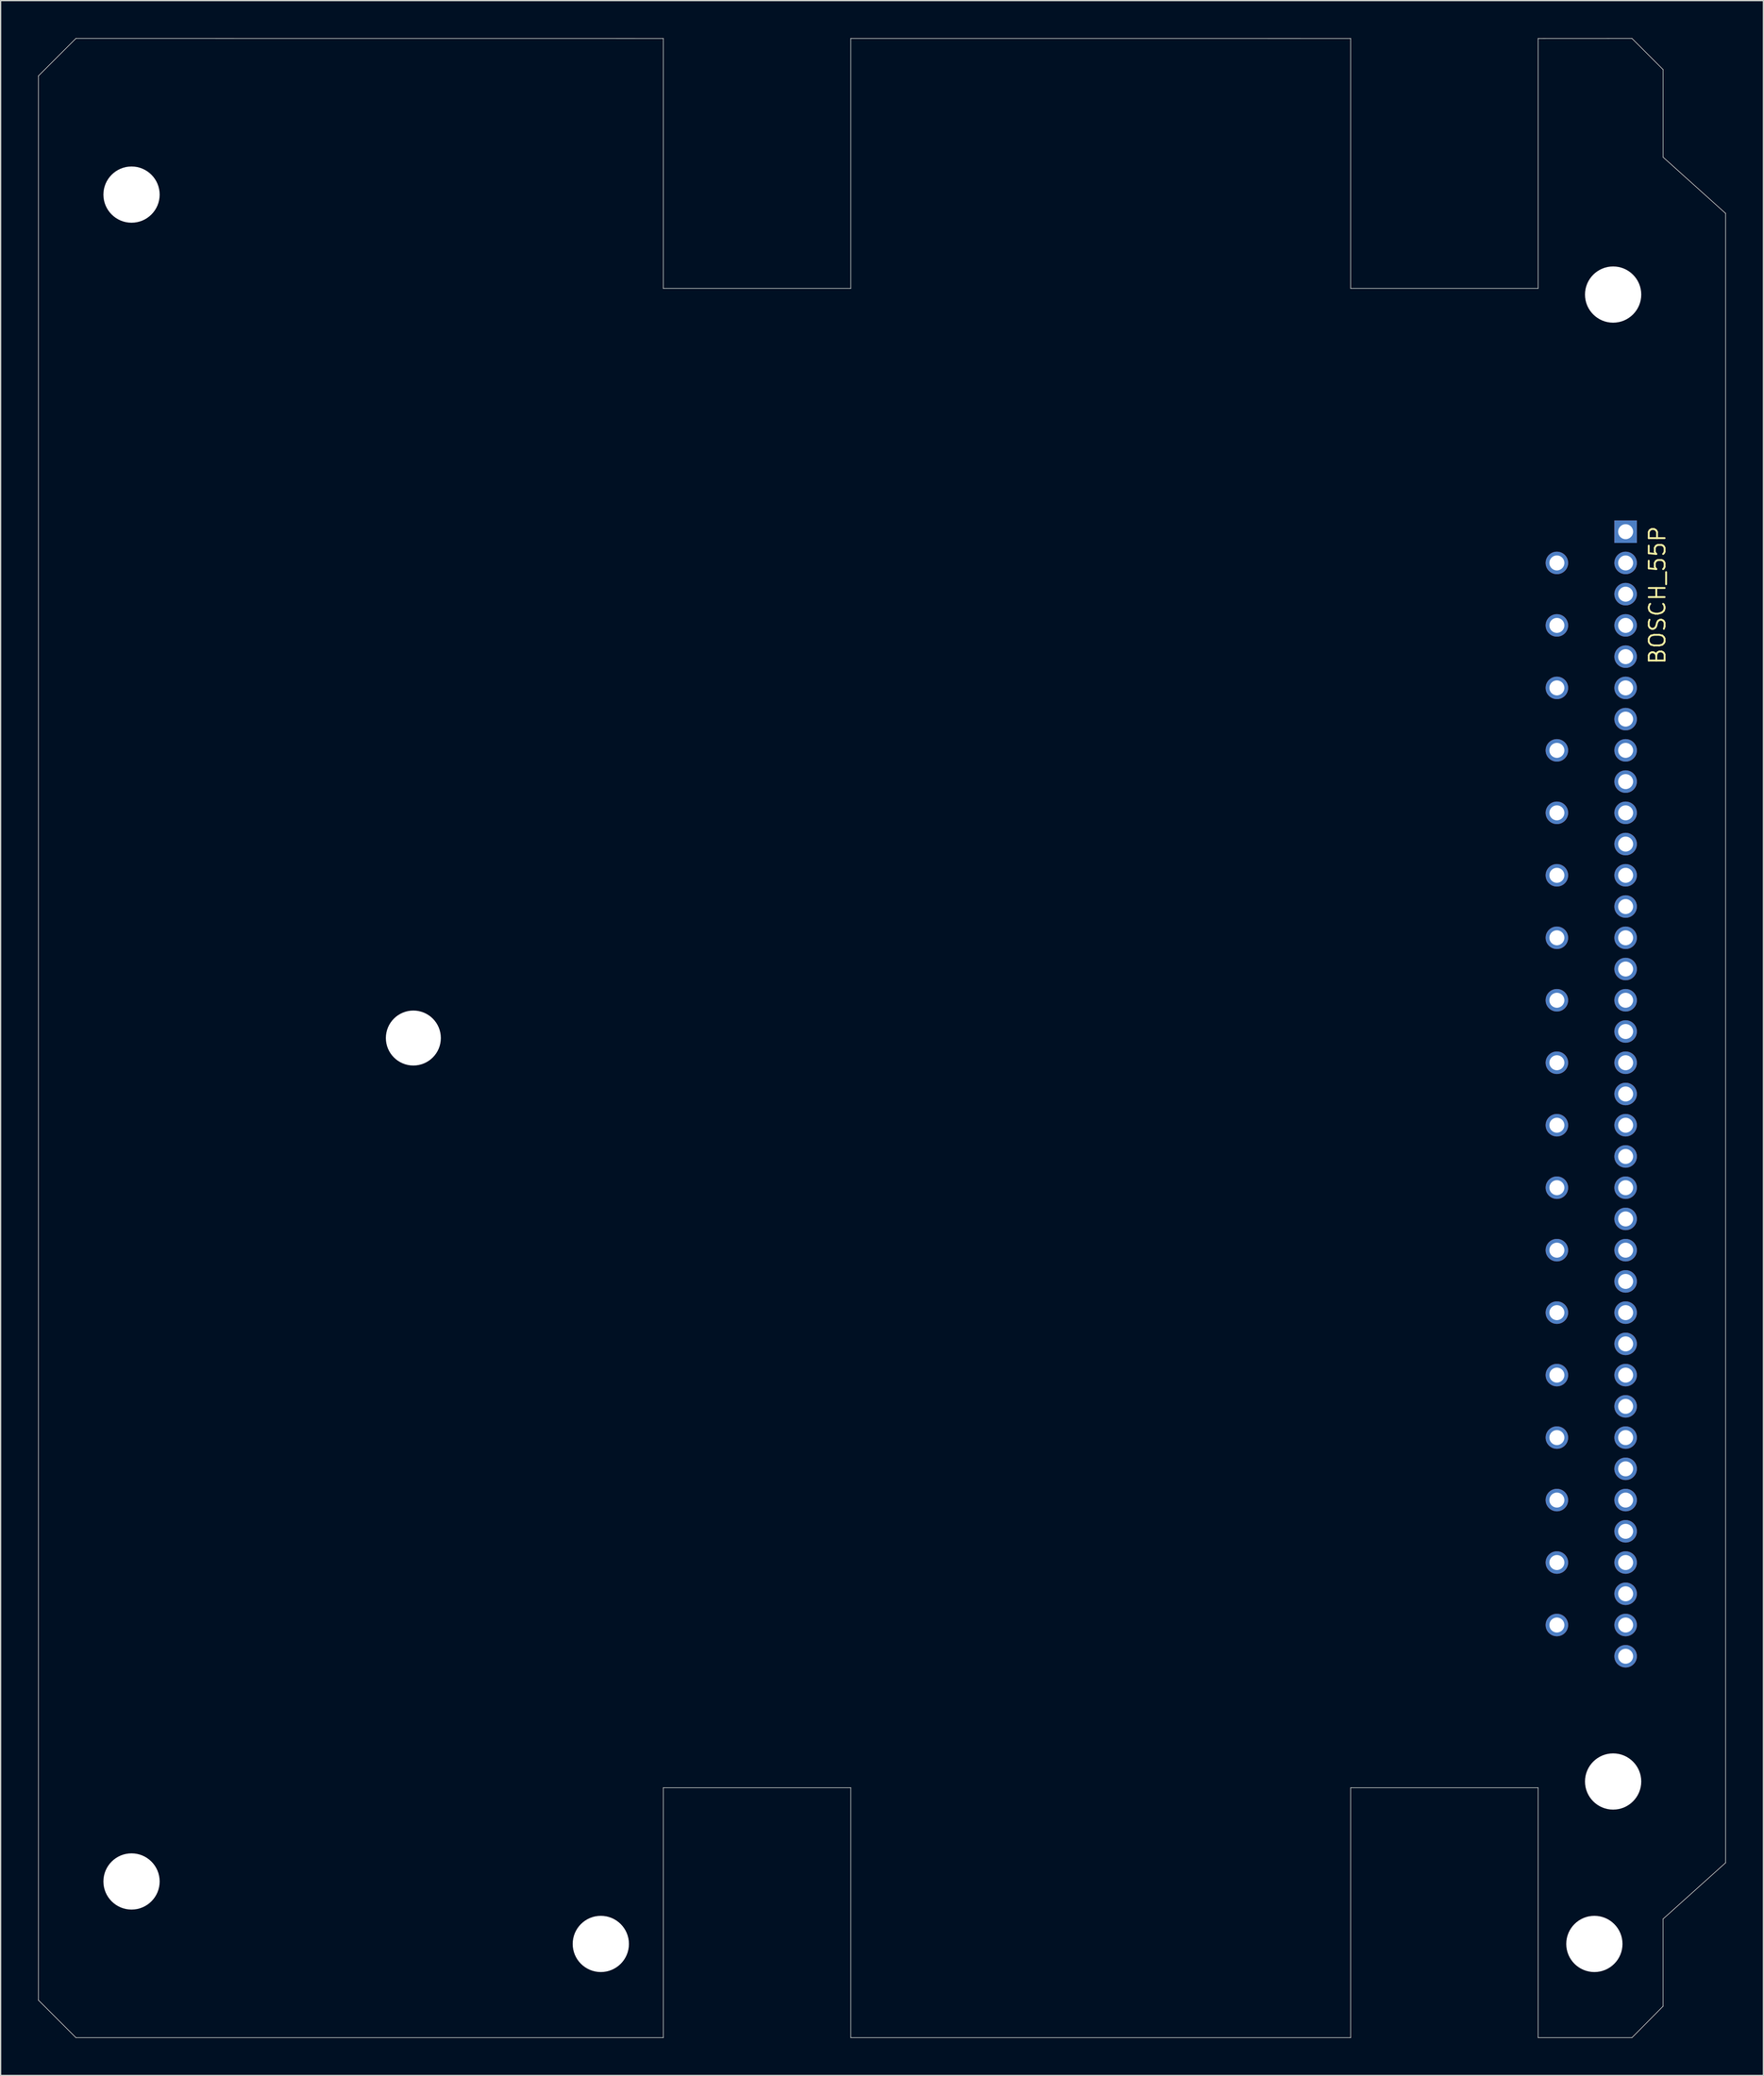
<source format=kicad_pcb>
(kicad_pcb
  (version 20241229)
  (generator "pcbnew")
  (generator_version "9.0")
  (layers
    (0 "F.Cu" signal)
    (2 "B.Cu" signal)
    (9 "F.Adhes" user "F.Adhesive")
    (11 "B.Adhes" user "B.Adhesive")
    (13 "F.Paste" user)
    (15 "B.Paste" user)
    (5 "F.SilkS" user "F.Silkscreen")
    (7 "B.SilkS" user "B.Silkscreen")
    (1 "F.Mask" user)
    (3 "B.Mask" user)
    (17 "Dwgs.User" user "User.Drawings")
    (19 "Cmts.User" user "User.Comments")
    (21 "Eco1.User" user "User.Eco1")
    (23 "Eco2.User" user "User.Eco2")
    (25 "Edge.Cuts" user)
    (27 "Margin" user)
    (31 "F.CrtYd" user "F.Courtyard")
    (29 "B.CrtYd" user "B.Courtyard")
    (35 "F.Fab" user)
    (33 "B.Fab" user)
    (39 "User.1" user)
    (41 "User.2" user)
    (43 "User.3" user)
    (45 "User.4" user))
  (footprint "BOSCH_55P"
    (layer "F.Cu")
    (at 127.025 39.502)
    (property "Reference" "BOSCH_55P" (at 2.54 5.08 90) (layer "F.SilkS") (effects (font (size 1.27 1.27) (thickness 0.15))))
    (attr through_hole)
    (fp_line (start -127 -36.477) (end -127 117.523) (stroke (width 0.05) (type solid)) (layer "Edge.Cuts"))
    (fp_line (start -127 -36.477) (end -124 -39.477) (stroke (width 0.05) (type solid)) (layer "Edge.Cuts"))
    (fp_line (start -127 117.523) (end -124 120.523) (stroke (width 0.05) (type solid)) (layer "Edge.Cuts"))
    (fp_line (start -124 -39.477) (end -77 -39.473) (stroke (width 0.05) (type solid)) (layer "Edge.Cuts"))
    (fp_line (start -124 120.523) (end -77 120.523) (stroke (width 0.05) (type solid)) (layer "Edge.Cuts"))
    (fp_line (start -77 -39.473) (end -77 -19.473) (stroke (width 0.05) (type solid)) (layer "Edge.Cuts"))
    (fp_line (start -77 100.523) (end -62 100.523) (stroke (width 0.05) (type solid)) (layer "Edge.Cuts"))
    (fp_line (start -77 120.523) (end -77 100.523) (stroke (width 0.05) (type solid)) (layer "Edge.Cuts"))
    (fp_line (start -62 -39.475) (end -22 -39.473) (stroke (width 0.05) (type solid)) (layer "Edge.Cuts"))
    (fp_line (start -62 -39.473) (end -62 -19.473) (stroke (width 0.05) (type solid)) (layer "Edge.Cuts"))
    (fp_line (start -62 -19.473) (end -77 -19.473) (stroke (width 0.05) (type solid)) (layer "Edge.Cuts"))
    (fp_line (start -62 120.523) (end -62 100.523) (stroke (width 0.05) (type solid)) (layer "Edge.Cuts"))
    (fp_line (start -62 120.523) (end -22 120.523) (stroke (width 0.05) (type solid)) (layer "Edge.Cuts"))
    (fp_line (start -22 -39.473) (end -22 -19.473) (stroke (width 0.05) (type solid)) (layer "Edge.Cuts"))
    (fp_line (start -22 100.523) (end -7 100.523) (stroke (width 0.05) (type solid)) (layer "Edge.Cuts"))
    (fp_line (start -22 120.523) (end -22 100.523) (stroke (width 0.05) (type solid)) (layer "Edge.Cuts"))
    (fp_line (start -7 -39.473) (end -7 -19.473) (stroke (width 0.05) (type solid)) (layer "Edge.Cuts"))
    (fp_line (start -7 -39.473) (end 0.508 -39.477) (stroke (width 0.05) (type solid)) (layer "Edge.Cuts"))
    (fp_line (start -7 -19.473) (end -22 -19.473) (stroke (width 0.05) (type solid)) (layer "Edge.Cuts"))
    (fp_line (start -7 120.523) (end -7 100.523) (stroke (width 0.05) (type solid)) (layer "Edge.Cuts"))
    (fp_line (start -7 120.523) (end 0.508 120.523) (stroke (width 0.05) (type solid)) (layer "Edge.Cuts"))
    (fp_line (start 0.508 120.523) (end 2.997 118.008) (stroke (width 0.05) (type solid)) (layer "Edge.Cuts"))
    (fp_line (start 2.997 111.023) (end 8 106.528) (stroke (width 0.05) (type solid)) (layer "Edge.Cuts"))
    (fp_line (start 2.997 118.008) (end 2.997 111.023) (stroke (width 0.05) (type solid)) (layer "Edge.Cuts"))
    (fp_line (start 3 -36.982) (end 0.508 -39.477) (stroke (width 0.05) (type solid)) (layer "Edge.Cuts"))
    (fp_line (start 3 -29.972) (end 3 -36.982) (stroke (width 0.05) (type solid)) (layer "Edge.Cuts"))
    (fp_line (start 8 -25.476) (end 3 -29.972) (stroke (width 0.05) (type solid)) (layer "Edge.Cuts"))
    (fp_line (start 8 106.528) (end 8 -25.476) (stroke (width 0.05) (type solid)) (layer "Edge.Cuts"))
    (pad "" np_thru_hole circle (at -119.55 -26.977) (size 4.5 4.5) (drill 4.5) (layers "*.Cu" "*.Mask"))
    (pad "" np_thru_hole circle (at -119.55 108.023) (size 4.5 4.5) (drill 4.5) (layers "*.Cu" "*.Mask"))
    (pad "" np_thru_hole circle (at -97 40.523) (size 4.4 4.4) (drill 4.4) (layers "*.Cu" "*.Mask"))
    (pad "" np_thru_hole circle (at -82 113.023) (size 4.5 4.5) (drill 4.5) (layers "*.Cu" "*.Mask"))
    (pad "" np_thru_hole circle (at -2.5 113.023) (size 4.5 4.5) (drill 4.5) (layers "*.Cu" "*.Mask"))
    (pad "" np_thru_hole circle (at -1 -18.977) (size 4.5 4.5) (drill 4.5) (layers "*.Cu" "*.Mask"))
    (pad "" np_thru_hole circle (at -1 100.023) (size 4.5 4.5) (drill 4.5) (layers "*.Cu" "*.Mask"))
    (pad "1" thru_hole rect (at 0 0) (size 1.8 1.8) (drill 1.2) (layers "*.Cu" "*.Mask"))
    (pad "2" thru_hole circle (at 0 5 90) (size 1.8 1.8) (drill 1.2) (layers "*.Cu" "*.Mask"))
    (pad "3" thru_hole circle (at 0 10 90) (size 1.8 1.8) (drill 1.2) (layers "*.Cu" "*.Mask"))
    (pad "4" thru_hole circle (at 0 15 90) (size 1.8 1.8) (drill 1.2) (layers "*.Cu" "*.Mask"))
    (pad "5" thru_hole circle (at 0 20 90) (size 1.8 1.8) (drill 1.2) (layers "*.Cu" "*.Mask"))
    (pad "6" thru_hole circle (at 0 25 90) (size 1.8 1.8) (drill 1.2) (layers "*.Cu" "*.Mask"))
    (pad "7" thru_hole circle (at 0 30 90) (size 1.8 1.8) (drill 1.2) (layers "*.Cu" "*.Mask"))
    (pad "8" thru_hole circle (at 0 35 90) (size 1.8 1.8) (drill 1.2) (layers "*.Cu" "*.Mask"))
    (pad "9" thru_hole circle (at 0 40 90) (size 1.8 1.8) (drill 1.2) (layers "*.Cu" "*.Mask"))
    (pad "10" thru_hole circle (at 0 45 90) (size 1.8 1.8) (drill 1.2) (layers "*.Cu" "*.Mask"))
    (pad "11" thru_hole circle (at 0 50 90) (size 1.8 1.8) (drill 1.2) (layers "*.Cu" "*.Mask"))
    (pad "12" thru_hole circle (at 0 55 90) (size 1.8 1.8) (drill 1.2) (layers "*.Cu" "*.Mask"))
    (pad "13" thru_hole circle (at 0 60 90) (size 1.8 1.8) (drill 1.2) (layers "*.Cu" "*.Mask"))
    (pad "14" thru_hole circle (at 0 65 90) (size 1.8 1.8) (drill 1.2) (layers "*.Cu" "*.Mask"))
    (pad "15" thru_hole circle (at 0 70 90) (size 1.8 1.8) (drill 1.2) (layers "*.Cu" "*.Mask"))
    (pad "16" thru_hole circle (at 0 75 90) (size 1.8 1.8) (drill 1.2) (layers "*.Cu" "*.Mask"))
    (pad "17" thru_hole circle (at 0 80 90) (size 1.8 1.8) (drill 1.2) (layers "*.Cu" "*.Mask"))
    (pad "18" thru_hole circle (at 0 85 90) (size 1.8 1.8) (drill 1.2) (layers "*.Cu" "*.Mask"))
    (pad "19" thru_hole circle (at 0 90 90) (size 1.8 1.8) (drill 1.2) (layers "*.Cu" "*.Mask"))
    (pad "20" thru_hole circle (at 0 2.5 90) (size 1.8 1.8) (drill 1.2) (layers "*.Cu" "*.Mask"))
    (pad "21" thru_hole circle (at 0 7.5 90) (size 1.8 1.8) (drill 1.2) (layers "*.Cu" "*.Mask"))
    (pad "22" thru_hole circle (at 0 12.5 90) (size 1.8 1.8) (drill 1.2) (layers "*.Cu" "*.Mask"))
    (pad "23" thru_hole circle (at 0 17.5 90) (size 1.8 1.8) (drill 1.2) (layers "*.Cu" "*.Mask"))
    (pad "24" thru_hole circle (at 0 22.5 90) (size 1.8 1.8) (drill 1.2) (layers "*.Cu" "*.Mask"))
    (pad "25" thru_hole circle (at 0 27.5 90) (size 1.8 1.8) (drill 1.2) (layers "*.Cu" "*.Mask"))
    (pad "26" thru_hole circle (at 0 32.5 90) (size 1.8 1.8) (drill 1.2) (layers "*.Cu" "*.Mask"))
    (pad "27" thru_hole circle (at 0 37.5 90) (size 1.8 1.8) (drill 1.2) (layers "*.Cu" "*.Mask"))
    (pad "28" thru_hole circle (at 0 42.5 90) (size 1.8 1.8) (drill 1.2) (layers "*.Cu" "*.Mask"))
    (pad "29" thru_hole circle (at 0 47.5 90) (size 1.8 1.8) (drill 1.2) (layers "*.Cu" "*.Mask"))
    (pad "30" thru_hole circle (at 0 52.5 90) (size 1.8 1.8) (drill 1.2) (layers "*.Cu" "*.Mask"))
    (pad "31" thru_hole circle (at 0 57.5 90) (size 1.8 1.8) (drill 1.2) (layers "*.Cu" "*.Mask"))
    (pad "32" thru_hole circle (at 0 62.5 90) (size 1.8 1.8) (drill 1.2) (layers "*.Cu" "*.Mask"))
    (pad "33" thru_hole circle (at 0 67.5 90) (size 1.8 1.8) (drill 1.2) (layers "*.Cu" "*.Mask"))
    (pad "34" thru_hole circle (at 0 72.5 90) (size 1.8 1.8) (drill 1.2) (layers "*.Cu" "*.Mask"))
    (pad "35" thru_hole circle (at 0 77.5 90) (size 1.8 1.8) (drill 1.2) (layers "*.Cu" "*.Mask"))
    (pad "36" thru_hole circle (at 0 82.5 90) (size 1.8 1.8) (drill 1.2) (layers "*.Cu" "*.Mask"))
    (pad "37" thru_hole circle (at 0 87.5 90) (size 1.8 1.8) (drill 1.2) (layers "*.Cu" "*.Mask"))
    (pad "38" thru_hole circle (at -5.5 2.5) (size 1.8 1.8) (drill 1.2) (layers "*.Cu" "*.Mask"))
    (pad "39" thru_hole circle (at -5.5 7.5) (size 1.8 1.8) (drill 1.2) (layers "*.Cu" "*.Mask"))
    (pad "40" thru_hole circle (at -5.5 12.5) (size 1.8 1.8) (drill 1.2) (layers "*.Cu" "*.Mask"))
    (pad "41" thru_hole circle (at -5.5 17.5) (size 1.8 1.8) (drill 1.2) (layers "*.Cu" "*.Mask"))
    (pad "42" thru_hole circle (at -5.5 22.5) (size 1.8 1.8) (drill 1.2) (layers "*.Cu" "*.Mask"))
    (pad "43" thru_hole circle (at -5.5 27.5) (size 1.8 1.8) (drill 1.2) (layers "*.Cu" "*.Mask"))
    (pad "44" thru_hole circle (at -5.5 32.5) (size 1.8 1.8) (drill 1.2) (layers "*.Cu" "*.Mask"))
    (pad "45" thru_hole circle (at -5.5 37.5) (size 1.8 1.8) (drill 1.2) (layers "*.Cu" "*.Mask"))
    (pad "46" thru_hole circle (at -5.5 42.5) (size 1.8 1.8) (drill 1.2) (layers "*.Cu" "*.Mask"))
    (pad "47" thru_hole circle (at -5.5 47.5) (size 1.8 1.8) (drill 1.2) (layers "*.Cu" "*.Mask"))
    (pad "48" thru_hole circle (at -5.5 52.5) (size 1.8 1.8) (drill 1.2) (layers "*.Cu" "*.Mask"))
    (pad "49" thru_hole circle (at -5.5 57.5) (size 1.8 1.8) (drill 1.2) (layers "*.Cu" "*.Mask"))
    (pad "50" thru_hole circle (at -5.5 62.5) (size 1.8 1.8) (drill 1.2) (layers "*.Cu" "*.Mask"))
    (pad "51" thru_hole circle (at -5.5 67.5) (size 1.8 1.8) (drill 1.2) (layers "*.Cu" "*.Mask"))
    (pad "52" thru_hole circle (at -5.5 72.5) (size 1.8 1.8) (drill 1.2) (layers "*.Cu" "*.Mask"))
    (pad "53" thru_hole circle (at -5.5 77.5) (size 1.8 1.8) (drill 1.2) (layers "*.Cu" "*.Mask"))
    (pad "54" thru_hole circle (at -5.5 82.5) (size 1.8 1.8) (drill 1.2) (layers "*.Cu" "*.Mask"))
    (pad "55" thru_hole circle (at -5.5 87.5) (size 1.8 1.8) (drill 1.2) (layers "*.Cu" "*.Mask")))
  (gr_rect
    (start -3 -3)
    (end 138.05 163.05)
    (stroke (width 0.1) (type default))
    (fill no)
    (layer "Edge.Cuts")))
</source>
